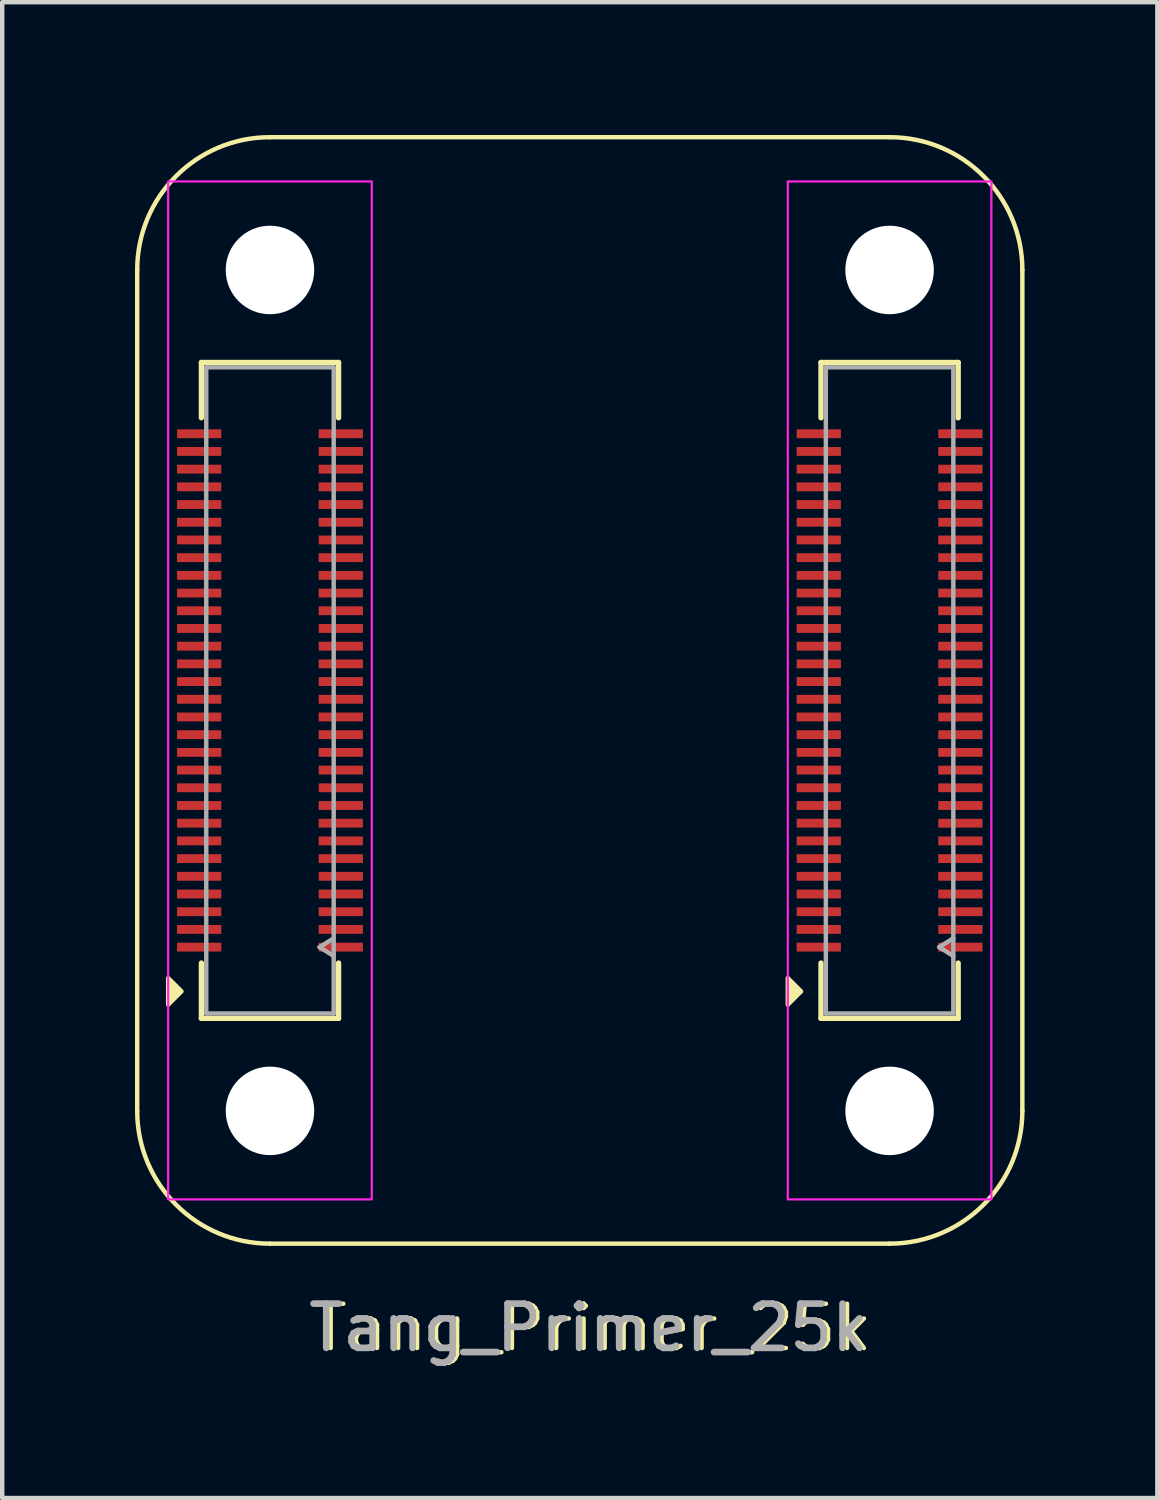
<source format=kicad_pcb>
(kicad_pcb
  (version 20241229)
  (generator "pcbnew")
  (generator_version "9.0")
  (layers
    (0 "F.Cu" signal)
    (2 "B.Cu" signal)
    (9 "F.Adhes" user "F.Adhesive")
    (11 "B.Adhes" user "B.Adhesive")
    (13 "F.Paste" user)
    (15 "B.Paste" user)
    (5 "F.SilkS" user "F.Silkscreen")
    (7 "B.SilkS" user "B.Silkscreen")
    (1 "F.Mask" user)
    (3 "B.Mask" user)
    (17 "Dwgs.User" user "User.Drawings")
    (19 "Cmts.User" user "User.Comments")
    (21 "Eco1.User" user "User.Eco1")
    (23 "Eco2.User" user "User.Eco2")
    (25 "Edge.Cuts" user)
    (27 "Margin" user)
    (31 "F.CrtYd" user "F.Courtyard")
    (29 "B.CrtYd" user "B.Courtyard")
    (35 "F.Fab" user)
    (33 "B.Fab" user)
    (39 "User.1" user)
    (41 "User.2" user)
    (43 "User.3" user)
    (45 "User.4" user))
  (footprint "Tang_Primer_25k"
    (layer "F.Cu")
    (at 3.05 3.05)
    (property "Reference" "Tang_Primer_25k" (at 7.3 23.9 0) (unlocked yes) (layer "F.SilkS") (effects (font (size 1 1) (thickness 0.1))))
    (attr smd)
    (fp_line (start -3 0) (end -3 19) (stroke (width 0.1) (type solid)) (layer "F.SilkS"))
    (fp_line (start -1.55 2.09) (end 1.55 2.09) (stroke (width 0.12) (type solid)) (layer "F.SilkS"))
    (fp_line (start -1.55 3.34) (end -1.55 2.09) (stroke (width 0.12) (type solid)) (layer "F.SilkS"))
    (fp_line (start -1.55 16.91) (end -1.55 15.66) (stroke (width 0.12) (type solid)) (layer "F.SilkS"))
    (fp_line (start 0 -3) (end 14 -3) (stroke (width 0.1) (type solid)) (layer "F.SilkS"))
    (fp_line (start 0 22) (end 14 22) (stroke (width 0.1) (type solid)) (layer "F.SilkS"))
    (fp_line (start 1.55 2.09) (end 1.55 3.34) (stroke (width 0.12) (type solid)) (layer "F.SilkS"))
    (fp_line (start 1.55 15.66) (end 1.55 16.91) (stroke (width 0.12) (type solid)) (layer "F.SilkS"))
    (fp_line (start 1.55 16.91) (end -1.55 16.91) (stroke (width 0.12) (type solid)) (layer "F.SilkS"))
    (fp_line (start 12.45 2.09) (end 15.55 2.09) (stroke (width 0.12) (type solid)) (layer "F.SilkS"))
    (fp_line (start 12.45 3.34) (end 12.45 2.09) (stroke (width 0.12) (type solid)) (layer "F.SilkS"))
    (fp_line (start 12.45 16.91) (end 12.45 15.66) (stroke (width 0.12) (type solid)) (layer "F.SilkS"))
    (fp_line (start 15.55 2.09) (end 15.55 3.34) (stroke (width 0.12) (type solid)) (layer "F.SilkS"))
    (fp_line (start 15.55 15.66) (end 15.55 16.91) (stroke (width 0.12) (type solid)) (layer "F.SilkS"))
    (fp_line (start 15.55 16.91) (end 12.45 16.91) (stroke (width 0.12) (type solid)) (layer "F.SilkS"))
    (fp_line (start 17 0) (end 17 19) (stroke (width 0.1) (type solid)) (layer "F.SilkS"))
    (fp_arc (start -3 0) (mid -2.12132 -2.12132) (end 0 -3) (stroke (width 0.1) (type default)) (layer "F.SilkS"))
    (fp_arc (start 0 22) (mid -2.12132 21.12132) (end -3 19) (stroke (width 0.1) (type default)) (layer "F.SilkS"))
    (fp_arc (start 14 -3) (mid 16.12132 -2.12132) (end 17 0) (stroke (width 0.1) (type default)) (layer "F.SilkS"))
    (fp_arc (start 17 19) (mid 16.12132 21.12132) (end 14 22) (stroke (width 0.1) (type default)) (layer "F.SilkS"))
    (fp_poly (pts (xy -2 16.3) (xy -2.3 16) (xy -2.3 16.6)) (stroke (width 0.1) (type solid)) (fill yes) (layer "F.SilkS"))
    (fp_poly (pts (xy 12 16.3) (xy 11.7 16) (xy 11.7 16.6)) (stroke (width 0.1) (type solid)) (fill yes) (layer "F.SilkS"))
    (fp_rect (start -2.3 -2) (end 2.3 21) (stroke (width 0.05) (type default)) (fill no) (layer "F.CrtYd"))
    (fp_rect (start 11.7 -2) (end 16.3 21) (stroke (width 0.05) (type default)) (fill no) (layer "F.CrtYd"))
    (fp_line (start -1.44 2.2) (end 1.44 2.2) (stroke (width 0.1) (type solid)) (layer "F.Fab"))
    (fp_line (start -1.44 16.8) (end -1.44 2.2) (stroke (width 0.1) (type solid)) (layer "F.Fab"))
    (fp_line (start 1.12 15.3) (end 1.44 15.1) (stroke (width 0.1) (type solid)) (layer "F.Fab"))
    (fp_line (start 1.44 2.2) (end 1.44 16.8) (stroke (width 0.1) (type solid)) (layer "F.Fab"))
    (fp_line (start 1.44 15.5) (end 1.12 15.3) (stroke (width 0.1) (type solid)) (layer "F.Fab"))
    (fp_line (start 1.44 16.8) (end -1.44 16.8) (stroke (width 0.1) (type solid)) (layer "F.Fab"))
    (fp_line (start 12.56 2.2) (end 15.44 2.2) (stroke (width 0.1) (type solid)) (layer "F.Fab"))
    (fp_line (start 12.56 16.8) (end 12.56 2.2) (stroke (width 0.1) (type solid)) (layer "F.Fab"))
    (fp_line (start 15.12 15.3) (end 15.44 15.1) (stroke (width 0.1) (type solid)) (layer "F.Fab"))
    (fp_line (start 15.44 2.2) (end 15.44 16.8) (stroke (width 0.1) (type solid)) (layer "F.Fab"))
    (fp_line (start 15.44 15.5) (end 15.12 15.3) (stroke (width 0.1) (type solid)) (layer "F.Fab"))
    (fp_line (start 15.44 16.8) (end 12.56 16.8) (stroke (width 0.1) (type solid)) (layer "F.Fab"))
    (fp_text user "${REFERENCE}" (at 7.2 23.9 0) (unlocked yes) (layer "F.Fab") (effects (font (size 1 1) (thickness 0.15))))
    (pad "" np_thru_hole circle (at 0 0) (size 2 2) (drill 2) (layers "*.Cu" "*.Mask"))
    (pad "" np_thru_hole circle (at 0 19) (size 2 2) (drill 2) (layers "*.Cu" "*.Mask"))
    (pad "" np_thru_hole circle (at 14 0) (size 2 2) (drill 2) (layers "*.Cu" "*.Mask"))
    (pad "" np_thru_hole circle (at 14 19) (size 2 2) (drill 2) (layers "*.Cu" "*.Mask"))
    (pad "1" smd rect (at -1.6 15.3 90) (size 0.2 1) (layers "F.Cu" "F.Mask" "F.Paste"))
    (pad "2" smd rect (at 1.6 15.3 90) (size 0.2 1) (layers "F.Cu" "F.Mask" "F.Paste"))
    (pad "3" smd rect (at -1.6 14.9 90) (size 0.2 1) (layers "F.Cu" "F.Mask" "F.Paste"))
    (pad "4" smd rect (at 1.6 14.9 90) (size 0.2 1) (layers "F.Cu" "F.Mask" "F.Paste"))
    (pad "5" smd rect (at -1.6 14.5 90) (size 0.2 1) (layers "F.Cu" "F.Mask" "F.Paste"))
    (pad "6" smd rect (at 1.6 14.5 90) (size 0.2 1) (layers "F.Cu" "F.Mask" "F.Paste"))
    (pad "7" smd rect (at -1.6 14.1 90) (size 0.2 1) (layers "F.Cu" "F.Mask" "F.Paste"))
    (pad "8" smd rect (at 1.6 14.1 90) (size 0.2 1) (layers "F.Cu" "F.Mask" "F.Paste"))
    (pad "9" smd rect (at -1.6 13.7 90) (size 0.2 1) (layers "F.Cu" "F.Mask" "F.Paste"))
    (pad "10" smd rect (at 1.6 13.7 90) (size 0.2 1) (layers "F.Cu" "F.Mask" "F.Paste"))
    (pad "11" smd rect (at -1.6 13.3 90) (size 0.2 1) (layers "F.Cu" "F.Mask" "F.Paste"))
    (pad "12" smd rect (at 1.6 13.3 90) (size 0.2 1) (layers "F.Cu" "F.Mask" "F.Paste"))
    (pad "13" smd rect (at -1.6 12.9 90) (size 0.2 1) (layers "F.Cu" "F.Mask" "F.Paste"))
    (pad "14" smd rect (at 1.6 12.9 90) (size 0.2 1) (layers "F.Cu" "F.Mask" "F.Paste"))
    (pad "15" smd rect (at -1.6 12.5 90) (size 0.2 1) (layers "F.Cu" "F.Mask" "F.Paste"))
    (pad "16" smd rect (at 1.6 12.5 90) (size 0.2 1) (layers "F.Cu" "F.Mask" "F.Paste"))
    (pad "17" smd rect (at -1.6 12.1 90) (size 0.2 1) (layers "F.Cu" "F.Mask" "F.Paste"))
    (pad "18" smd rect (at 1.6 12.1 90) (size 0.2 1) (layers "F.Cu" "F.Mask" "F.Paste"))
    (pad "19" smd rect (at -1.6 11.7 90) (size 0.2 1) (layers "F.Cu" "F.Mask" "F.Paste"))
    (pad "20" smd rect (at 1.6 11.7 90) (size 0.2 1) (layers "F.Cu" "F.Mask" "F.Paste"))
    (pad "21" smd rect (at -1.6 11.3 90) (size 0.2 1) (layers "F.Cu" "F.Mask" "F.Paste"))
    (pad "22" smd rect (at 1.6 11.3 90) (size 0.2 1) (layers "F.Cu" "F.Mask" "F.Paste"))
    (pad "23" smd rect (at -1.6 10.9 90) (size 0.2 1) (layers "F.Cu" "F.Mask" "F.Paste"))
    (pad "24" smd rect (at 1.6 10.9 90) (size 0.2 1) (layers "F.Cu" "F.Mask" "F.Paste"))
    (pad "25" smd rect (at -1.6 10.5 90) (size 0.2 1) (layers "F.Cu" "F.Mask" "F.Paste"))
    (pad "26" smd rect (at 1.6 10.5 90) (size 0.2 1) (layers "F.Cu" "F.Mask" "F.Paste"))
    (pad "27" smd rect (at -1.6 10.1 90) (size 0.2 1) (layers "F.Cu" "F.Mask" "F.Paste"))
    (pad "28" smd rect (at 1.6 10.1 90) (size 0.2 1) (layers "F.Cu" "F.Mask" "F.Paste"))
    (pad "29" smd rect (at -1.6 9.7 90) (size 0.2 1) (layers "F.Cu" "F.Mask" "F.Paste"))
    (pad "30" smd rect (at 1.6 9.7 90) (size 0.2 1) (layers "F.Cu" "F.Mask" "F.Paste"))
    (pad "31" smd rect (at -1.6 9.3 90) (size 0.2 1) (layers "F.Cu" "F.Mask" "F.Paste"))
    (pad "32" smd rect (at 1.6 9.3 90) (size 0.2 1) (layers "F.Cu" "F.Mask" "F.Paste"))
    (pad "33" smd rect (at -1.6 8.9 90) (size 0.2 1) (layers "F.Cu" "F.Mask" "F.Paste"))
    (pad "34" smd rect (at 1.6 8.9 90) (size 0.2 1) (layers "F.Cu" "F.Mask" "F.Paste"))
    (pad "35" smd rect (at -1.6 8.5 90) (size 0.2 1) (layers "F.Cu" "F.Mask" "F.Paste"))
    (pad "36" smd rect (at 1.6 8.5 90) (size 0.2 1) (layers "F.Cu" "F.Mask" "F.Paste"))
    (pad "37" smd rect (at -1.6 8.1 90) (size 0.2 1) (layers "F.Cu" "F.Mask" "F.Paste"))
    (pad "38" smd rect (at 1.6 8.1 90) (size 0.2 1) (layers "F.Cu" "F.Mask" "F.Paste"))
    (pad "39" smd rect (at -1.6 7.7 90) (size 0.2 1) (layers "F.Cu" "F.Mask" "F.Paste"))
    (pad "40" smd rect (at 1.6 7.7 90) (size 0.2 1) (layers "F.Cu" "F.Mask" "F.Paste"))
    (pad "41" smd rect (at -1.6 7.3 90) (size 0.2 1) (layers "F.Cu" "F.Mask" "F.Paste"))
    (pad "42" smd rect (at 1.6 7.3 90) (size 0.2 1) (layers "F.Cu" "F.Mask" "F.Paste"))
    (pad "43" smd rect (at -1.6 6.9 90) (size 0.2 1) (layers "F.Cu" "F.Mask" "F.Paste"))
    (pad "44" smd rect (at 1.6 6.9 90) (size 0.2 1) (layers "F.Cu" "F.Mask" "F.Paste"))
    (pad "45" smd rect (at -1.6 6.5 90) (size 0.2 1) (layers "F.Cu" "F.Mask" "F.Paste"))
    (pad "46" smd rect (at 1.6 6.5 90) (size 0.2 1) (layers "F.Cu" "F.Mask" "F.Paste"))
    (pad "47" smd rect (at -1.6 6.1 90) (size 0.2 1) (layers "F.Cu" "F.Mask" "F.Paste"))
    (pad "48" smd rect (at 1.6 6.1 90) (size 0.2 1) (layers "F.Cu" "F.Mask" "F.Paste"))
    (pad "49" smd rect (at -1.6 5.7 90) (size 0.2 1) (layers "F.Cu" "F.Mask" "F.Paste"))
    (pad "50" smd rect (at 1.6 5.7 90) (size 0.2 1) (layers "F.Cu" "F.Mask" "F.Paste"))
    (pad "51" smd rect (at -1.6 5.3 90) (size 0.2 1) (layers "F.Cu" "F.Mask" "F.Paste"))
    (pad "52" smd rect (at 1.6 5.3 90) (size 0.2 1) (layers "F.Cu" "F.Mask" "F.Paste"))
    (pad "53" smd rect (at -1.6 4.9 90) (size 0.2 1) (layers "F.Cu" "F.Mask" "F.Paste"))
    (pad "54" smd rect (at 1.6 4.9 90) (size 0.2 1) (layers "F.Cu" "F.Mask" "F.Paste"))
    (pad "55" smd rect (at -1.6 4.5 90) (size 0.2 1) (layers "F.Cu" "F.Mask" "F.Paste"))
    (pad "56" smd rect (at 1.6 4.5 90) (size 0.2 1) (layers "F.Cu" "F.Mask" "F.Paste"))
    (pad "57" smd rect (at -1.6 4.1 90) (size 0.2 1) (layers "F.Cu" "F.Mask" "F.Paste"))
    (pad "58" smd rect (at 1.6 4.1 90) (size 0.2 1) (layers "F.Cu" "F.Mask" "F.Paste"))
    (pad "59" smd rect (at -1.6 3.7 90) (size 0.2 1) (layers "F.Cu" "F.Mask" "F.Paste"))
    (pad "60" smd rect (at 1.6 3.7 90) (size 0.2 1) (layers "F.Cu" "F.Mask" "F.Paste"))
    (pad "61" smd rect (at 12.4 15.3 90) (size 0.2 1) (layers "F.Cu" "F.Mask" "F.Paste"))
    (pad "62" smd rect (at 15.6 15.3 90) (size 0.2 1) (layers "F.Cu" "F.Mask" "F.Paste"))
    (pad "63" smd rect (at 12.4 14.9 90) (size 0.2 1) (layers "F.Cu" "F.Mask" "F.Paste"))
    (pad "64" smd rect (at 15.6 14.9 90) (size 0.2 1) (layers "F.Cu" "F.Mask" "F.Paste"))
    (pad "65" smd rect (at 12.4 14.5 90) (size 0.2 1) (layers "F.Cu" "F.Mask" "F.Paste"))
    (pad "66" smd rect (at 15.6 14.5 90) (size 0.2 1) (layers "F.Cu" "F.Mask" "F.Paste"))
    (pad "67" smd rect (at 12.4 14.1 90) (size 0.2 1) (layers "F.Cu" "F.Mask" "F.Paste"))
    (pad "68" smd rect (at 15.6 14.1 90) (size 0.2 1) (layers "F.Cu" "F.Mask" "F.Paste"))
    (pad "69" smd rect (at 12.4 13.7 90) (size 0.2 1) (layers "F.Cu" "F.Mask" "F.Paste"))
    (pad "70" smd rect (at 15.6 13.7 90) (size 0.2 1) (layers "F.Cu" "F.Mask" "F.Paste"))
    (pad "71" smd rect (at 12.4 13.3 90) (size 0.2 1) (layers "F.Cu" "F.Mask" "F.Paste"))
    (pad "72" smd rect (at 15.6 13.3 90) (size 0.2 1) (layers "F.Cu" "F.Mask" "F.Paste"))
    (pad "73" smd rect (at 12.4 12.9 90) (size 0.2 1) (layers "F.Cu" "F.Mask" "F.Paste"))
    (pad "74" smd rect (at 15.6 12.9 90) (size 0.2 1) (layers "F.Cu" "F.Mask" "F.Paste"))
    (pad "75" smd rect (at 12.4 12.5 90) (size 0.2 1) (layers "F.Cu" "F.Mask" "F.Paste"))
    (pad "76" smd rect (at 15.6 12.5 90) (size 0.2 1) (layers "F.Cu" "F.Mask" "F.Paste"))
    (pad "77" smd rect (at 12.4 12.1 90) (size 0.2 1) (layers "F.Cu" "F.Mask" "F.Paste"))
    (pad "78" smd rect (at 15.6 12.1 90) (size 0.2 1) (layers "F.Cu" "F.Mask" "F.Paste"))
    (pad "79" smd rect (at 12.4 11.7 90) (size 0.2 1) (layers "F.Cu" "F.Mask" "F.Paste"))
    (pad "80" smd rect (at 15.6 11.7 90) (size 0.2 1) (layers "F.Cu" "F.Mask" "F.Paste"))
    (pad "81" smd rect (at 12.4 11.3 90) (size 0.2 1) (layers "F.Cu" "F.Mask" "F.Paste"))
    (pad "82" smd rect (at 15.6 11.3 90) (size 0.2 1) (layers "F.Cu" "F.Mask" "F.Paste"))
    (pad "83" smd rect (at 12.4 10.9 90) (size 0.2 1) (layers "F.Cu" "F.Mask" "F.Paste"))
    (pad "84" smd rect (at 15.6 10.9 90) (size 0.2 1) (layers "F.Cu" "F.Mask" "F.Paste"))
    (pad "85" smd rect (at 12.4 10.5 90) (size 0.2 1) (layers "F.Cu" "F.Mask" "F.Paste"))
    (pad "86" smd rect (at 15.6 10.5 90) (size 0.2 1) (layers "F.Cu" "F.Mask" "F.Paste"))
    (pad "87" smd rect (at 12.4 10.1 90) (size 0.2 1) (layers "F.Cu" "F.Mask" "F.Paste"))
    (pad "88" smd rect (at 15.6 10.1 90) (size 0.2 1) (layers "F.Cu" "F.Mask" "F.Paste"))
    (pad "89" smd rect (at 12.4 9.7 90) (size 0.2 1) (layers "F.Cu" "F.Mask" "F.Paste"))
    (pad "90" smd rect (at 15.6 9.7 90) (size 0.2 1) (layers "F.Cu" "F.Mask" "F.Paste"))
    (pad "91" smd rect (at 12.4 9.3 90) (size 0.2 1) (layers "F.Cu" "F.Mask" "F.Paste"))
    (pad "92" smd rect (at 15.6 9.3 90) (size 0.2 1) (layers "F.Cu" "F.Mask" "F.Paste"))
    (pad "93" smd rect (at 12.4 8.9 90) (size 0.2 1) (layers "F.Cu" "F.Mask" "F.Paste"))
    (pad "94" smd rect (at 15.6 8.9 90) (size 0.2 1) (layers "F.Cu" "F.Mask" "F.Paste"))
    (pad "95" smd rect (at 12.4 8.5 90) (size 0.2 1) (layers "F.Cu" "F.Mask" "F.Paste"))
    (pad "96" smd rect (at 15.6 8.5 90) (size 0.2 1) (layers "F.Cu" "F.Mask" "F.Paste"))
    (pad "97" smd rect (at 12.4 8.1 90) (size 0.2 1) (layers "F.Cu" "F.Mask" "F.Paste"))
    (pad "98" smd rect (at 15.6 8.1 90) (size 0.2 1) (layers "F.Cu" "F.Mask" "F.Paste"))
    (pad "99" smd rect (at 12.4 7.7 90) (size 0.2 1) (layers "F.Cu" "F.Mask" "F.Paste"))
    (pad "100" smd rect (at 15.6 7.7 90) (size 0.2 1) (layers "F.Cu" "F.Mask" "F.Paste"))
    (pad "101" smd rect (at 12.4 7.3 90) (size 0.2 1) (layers "F.Cu" "F.Mask" "F.Paste"))
    (pad "102" smd rect (at 15.6 7.3 90) (size 0.2 1) (layers "F.Cu" "F.Mask" "F.Paste"))
    (pad "103" smd rect (at 12.4 6.9 90) (size 0.2 1) (layers "F.Cu" "F.Mask" "F.Paste"))
    (pad "104" smd rect (at 15.6 6.9 90) (size 0.2 1) (layers "F.Cu" "F.Mask" "F.Paste"))
    (pad "105" smd rect (at 12.4 6.5 90) (size 0.2 1) (layers "F.Cu" "F.Mask" "F.Paste"))
    (pad "106" smd rect (at 15.6 6.5 90) (size 0.2 1) (layers "F.Cu" "F.Mask" "F.Paste"))
    (pad "107" smd rect (at 12.4 6.1 90) (size 0.2 1) (layers "F.Cu" "F.Mask" "F.Paste"))
    (pad "108" smd rect (at 15.6 6.1 90) (size 0.2 1) (layers "F.Cu" "F.Mask" "F.Paste"))
    (pad "109" smd rect (at 12.4 5.7 90) (size 0.2 1) (layers "F.Cu" "F.Mask" "F.Paste"))
    (pad "110" smd rect (at 15.6 5.7 90) (size 0.2 1) (layers "F.Cu" "F.Mask" "F.Paste"))
    (pad "111" smd rect (at 12.4 5.3 90) (size 0.2 1) (layers "F.Cu" "F.Mask" "F.Paste"))
    (pad "112" smd rect (at 15.6 5.3 90) (size 0.2 1) (layers "F.Cu" "F.Mask" "F.Paste"))
    (pad "113" smd rect (at 12.4 4.9 90) (size 0.2 1) (layers "F.Cu" "F.Mask" "F.Paste"))
    (pad "114" smd rect (at 15.6 4.9 90) (size 0.2 1) (layers "F.Cu" "F.Mask" "F.Paste"))
    (pad "115" smd rect (at 12.4 4.5 90) (size 0.2 1) (layers "F.Cu" "F.Mask" "F.Paste"))
    (pad "116" smd rect (at 15.6 4.5 90) (size 0.2 1) (layers "F.Cu" "F.Mask" "F.Paste"))
    (pad "117" smd rect (at 12.4 4.1 90) (size 0.2 1) (layers "F.Cu" "F.Mask" "F.Paste"))
    (pad "118" smd rect (at 15.6 4.1 90) (size 0.2 1) (layers "F.Cu" "F.Mask" "F.Paste"))
    (pad "119" smd rect (at 12.4 3.7 90) (size 0.2 1) (layers "F.Cu" "F.Mask" "F.Paste"))
    (pad "120" smd rect (at 15.6 3.7 90) (size 0.2 1) (layers "F.Cu" "F.Mask" "F.Paste")))
  (gr_rect
    (start -3 -3)
    (end 23.1 30.798)
    (stroke (width 0.1) (type default))
    (fill no)
    (layer "Edge.Cuts")))
</source>
